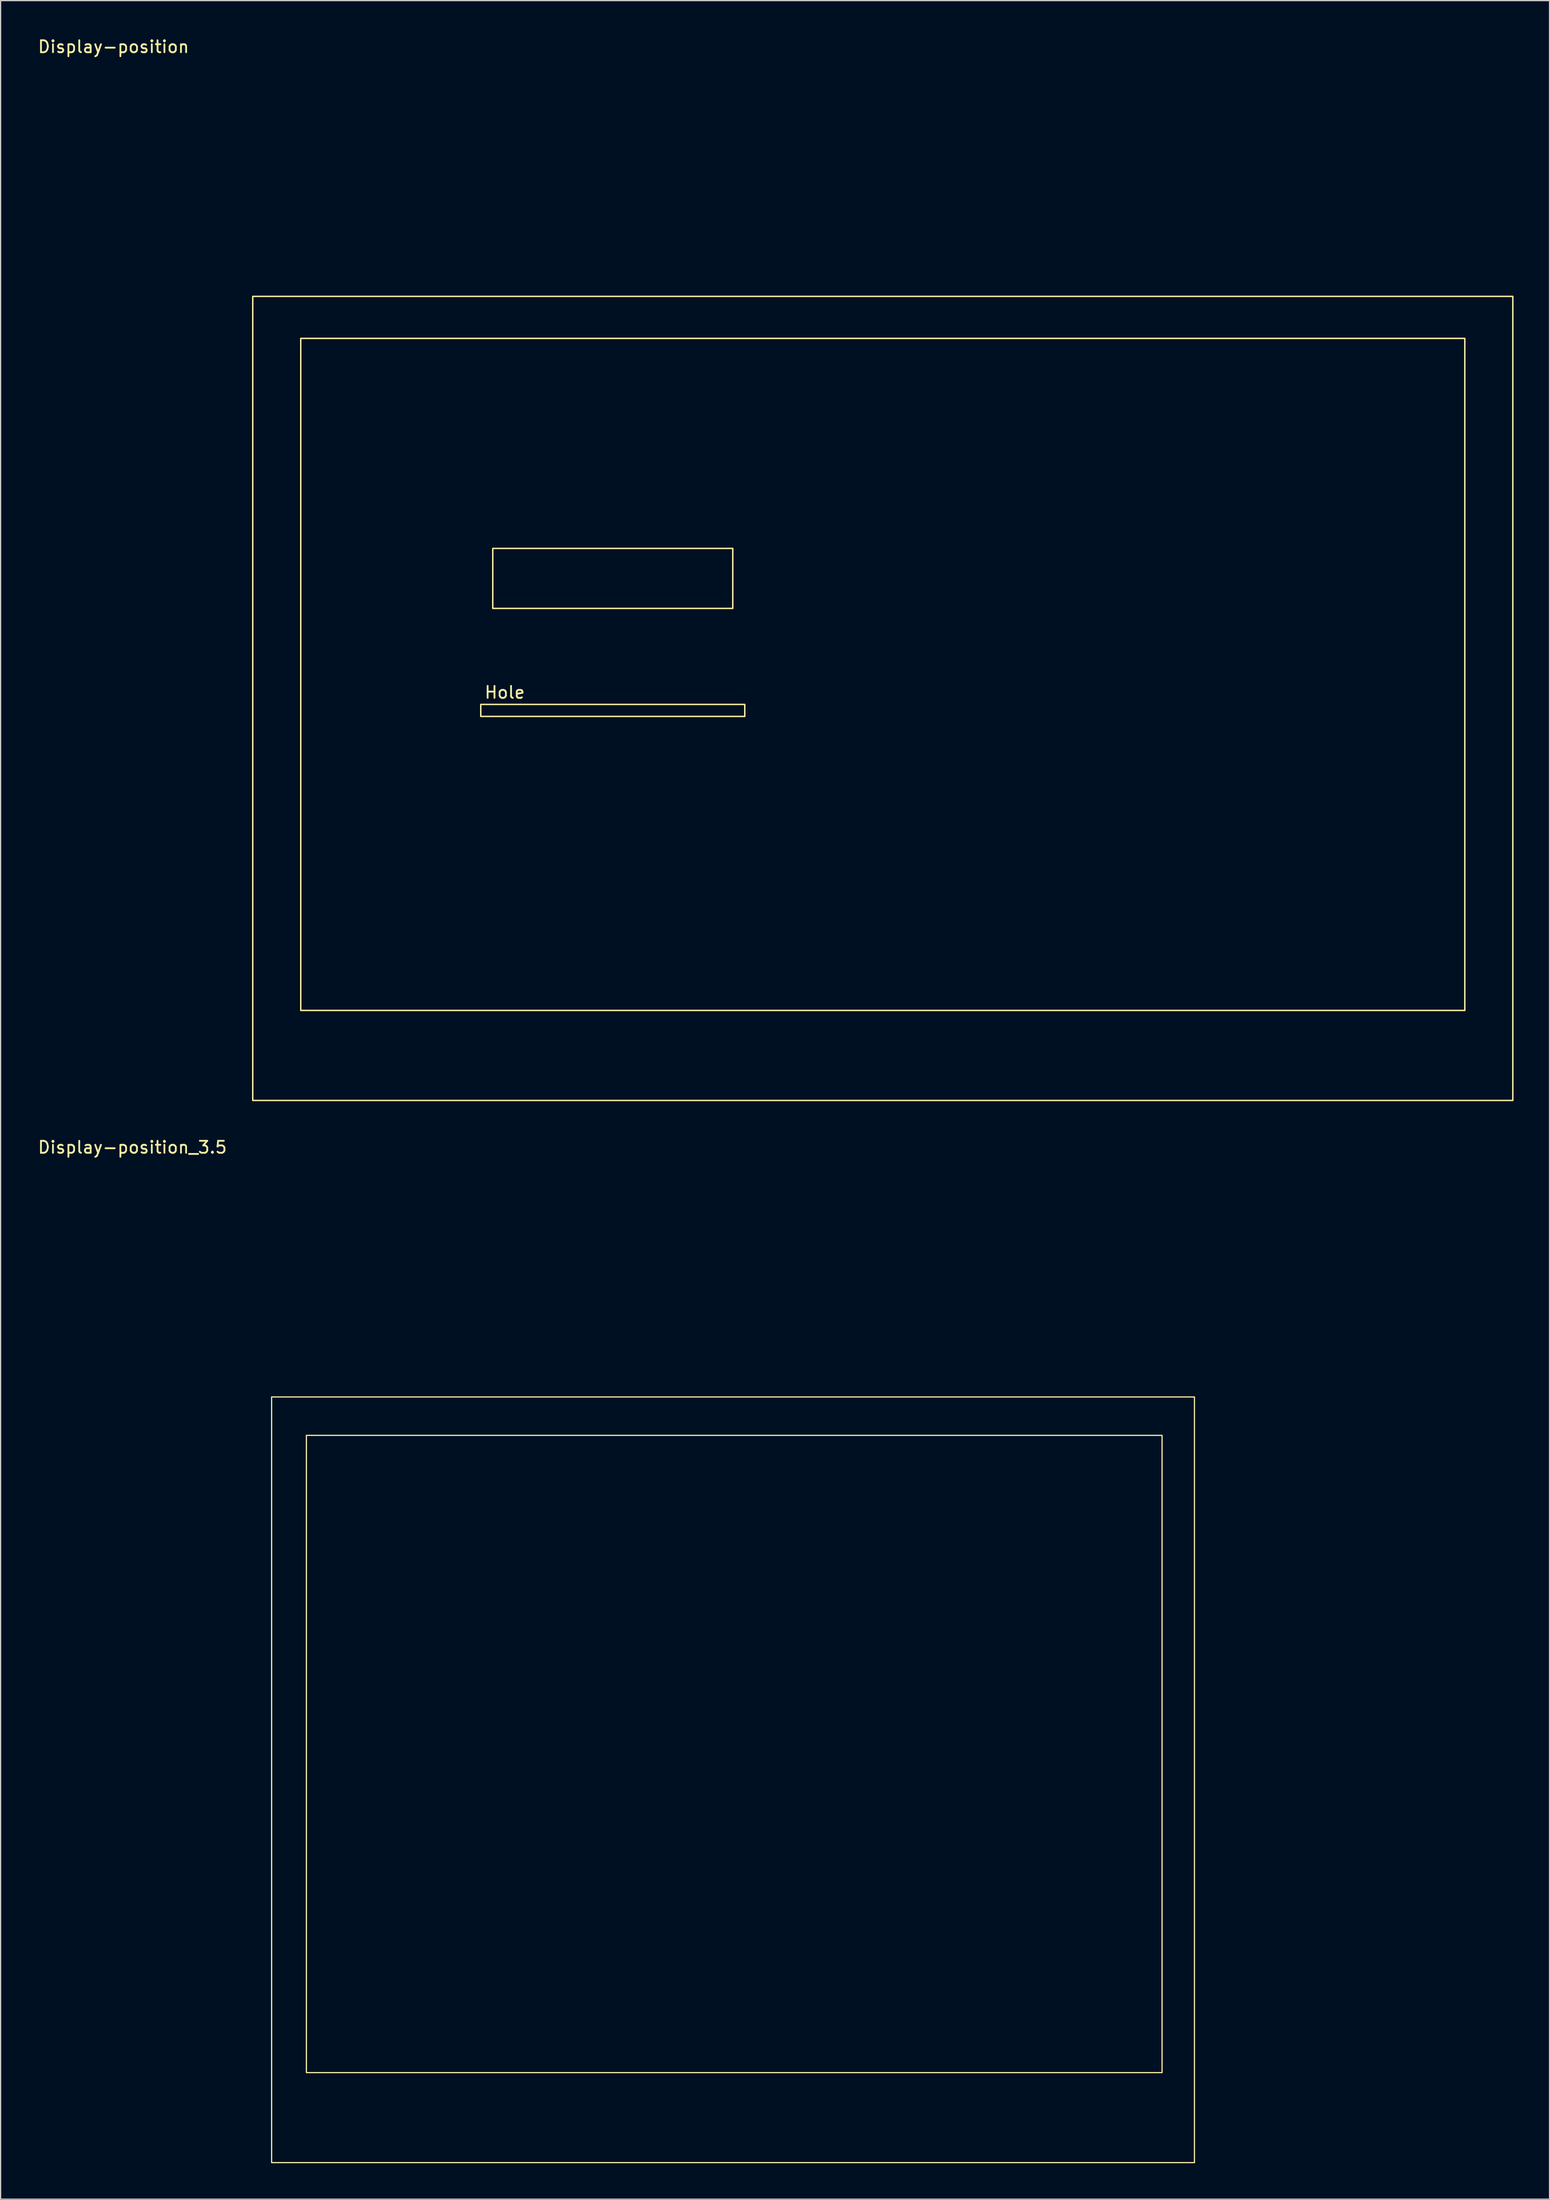
<source format=kicad_pcb>
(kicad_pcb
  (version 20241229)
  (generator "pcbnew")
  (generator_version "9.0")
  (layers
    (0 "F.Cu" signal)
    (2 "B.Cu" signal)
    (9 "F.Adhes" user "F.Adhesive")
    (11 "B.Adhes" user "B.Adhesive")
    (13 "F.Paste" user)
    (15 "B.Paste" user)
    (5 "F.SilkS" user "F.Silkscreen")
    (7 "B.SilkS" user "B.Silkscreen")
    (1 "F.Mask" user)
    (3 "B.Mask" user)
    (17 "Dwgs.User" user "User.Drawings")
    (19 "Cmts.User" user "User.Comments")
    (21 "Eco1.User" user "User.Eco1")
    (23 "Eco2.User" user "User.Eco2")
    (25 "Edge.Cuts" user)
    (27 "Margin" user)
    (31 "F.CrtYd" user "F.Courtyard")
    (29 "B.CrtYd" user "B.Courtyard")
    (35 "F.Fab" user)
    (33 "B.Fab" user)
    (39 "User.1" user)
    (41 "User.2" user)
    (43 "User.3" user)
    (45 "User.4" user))
  (footprint "Display-position"
    (layer "F.Cu")
    (at 18.011 21.648)
    (property "Reference" "Display-position" (at -11.6 -20.8 0) (unlocked yes) (layer "F.SilkS") (effects (font (size 1 1) (thickness 0.15))))
    (attr smd)
    (fp_rect (start 0 67) (end 105 0) (stroke (width 0.12) (type solid)) (fill no) (layer "F.SilkS"))
    (fp_rect (start 4 59.5) (end 101 3.5) (stroke (width 0.12) (type solid)) (fill no) (layer "F.SilkS"))
    (fp_rect (start 19 34) (end 41 35) (stroke (width 0.12) (type solid)) (fill no) (layer "F.SilkS"))
    (fp_rect (start 20 21) (end 40 26) (stroke (width 0.12) (type solid)) (fill no) (layer "F.SilkS"))
    (fp_line (start 4 59.5) (end 12 59.5) (stroke (width 0.12) (type solid)) (layer "Eco1.User"))
    (fp_line (start 20 21) (end 40 21) (stroke (width 0.12) (type solid)) (layer "Eco1.User"))
    (fp_rect (start 20 21) (end 40 26) (stroke (width 0.12) (type solid)) (fill no) (layer "Eco1.User"))
    (fp_text user "Hole" (at 21 33 0) (unlocked yes) (layer "F.SilkS") (effects (font (size 1 1) (thickness 0.15)))))
  (footprint "Display-position_3.5"
    (layer "F.Cu")
    (at 19.582 113.356)
    (property "Reference" "Display-position_3.5" (at -11.6 -20.8 0) (unlocked yes) (layer "F.SilkS") (effects (font (size 1 1) (thickness 0.15))))
    (attr smd)
    (fp_rect (start 0 0) (end 76.9 63.8) (stroke (width 0.1) (type default)) (fill no) (layer "F.SilkS"))
    (fp_rect (start 2.9 3.2) (end 74.2 56.3) (stroke (width 0.1) (type default)) (fill no) (layer "F.SilkS"))
    (fp_rect (start 16.3 10) (end 43.9 13.4) (stroke (width 0.1) (type default)) (fill no) (layer "Eco2.User"))
    (fp_rect (start 16.3 57.3) (end 43.9 63.8) (stroke (width 0.1) (type default)) (fill no) (layer "Eco2.User"))
    (fp_rect (start 16.3 63.8) (end 60.6 49) (stroke (width 0.1) (type default)) (fill no) (layer "Eco2.User"))
    (fp_rect (start 43.9 10) (end 16.3 57.3) (stroke (width 0.1) (type default)) (fill no) (layer "Eco2.User")))
  (gr_rect
    (start -3 -3)
    (end 126.071 180.207)
    (stroke (width 0.1) (type default))
    (fill no)
    (layer "Edge.Cuts")))
</source>
